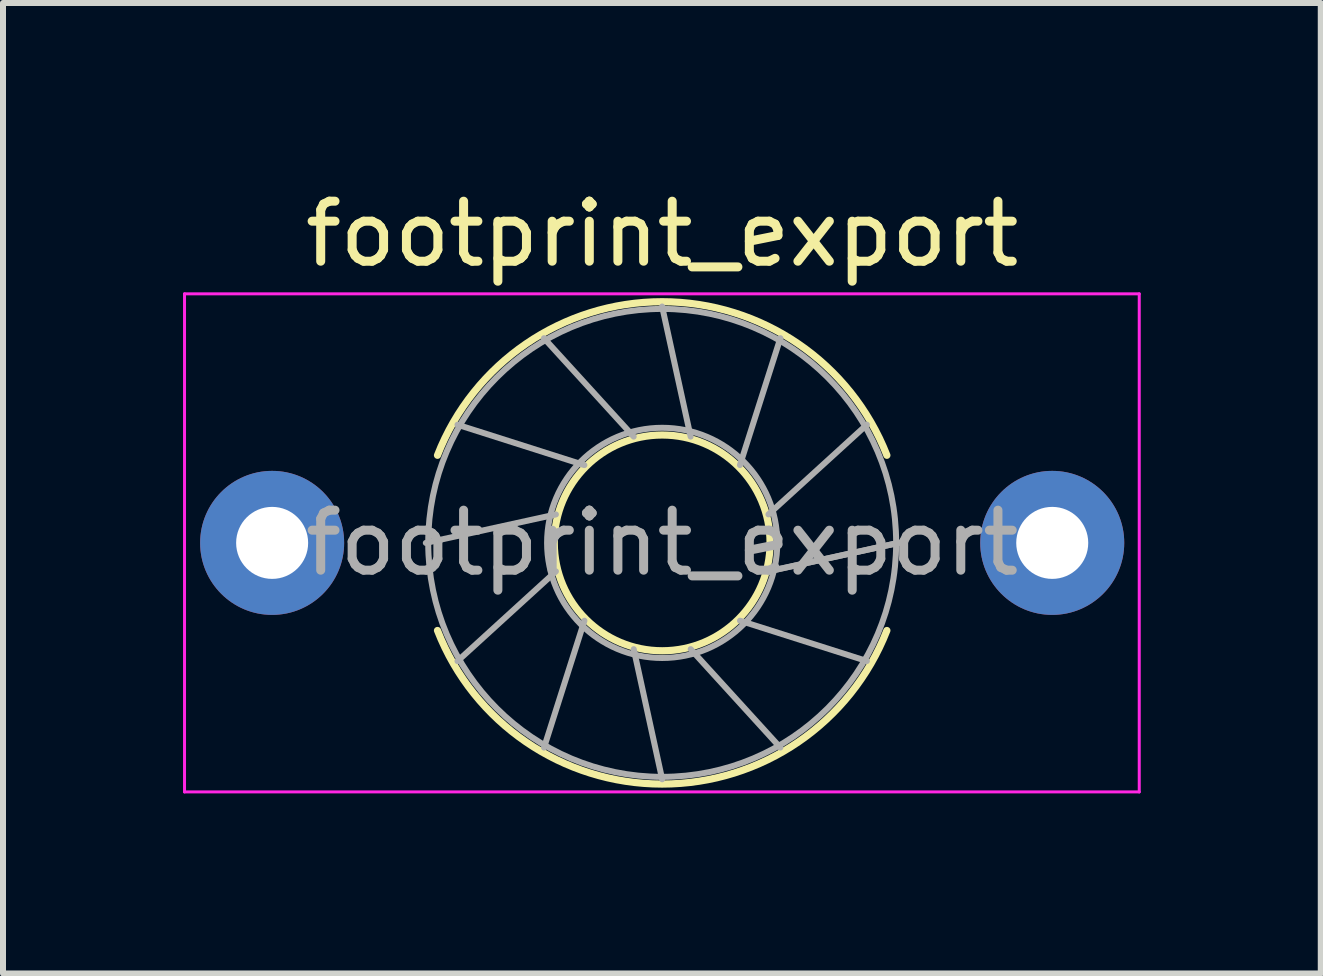
<source format=kicad_pcb>
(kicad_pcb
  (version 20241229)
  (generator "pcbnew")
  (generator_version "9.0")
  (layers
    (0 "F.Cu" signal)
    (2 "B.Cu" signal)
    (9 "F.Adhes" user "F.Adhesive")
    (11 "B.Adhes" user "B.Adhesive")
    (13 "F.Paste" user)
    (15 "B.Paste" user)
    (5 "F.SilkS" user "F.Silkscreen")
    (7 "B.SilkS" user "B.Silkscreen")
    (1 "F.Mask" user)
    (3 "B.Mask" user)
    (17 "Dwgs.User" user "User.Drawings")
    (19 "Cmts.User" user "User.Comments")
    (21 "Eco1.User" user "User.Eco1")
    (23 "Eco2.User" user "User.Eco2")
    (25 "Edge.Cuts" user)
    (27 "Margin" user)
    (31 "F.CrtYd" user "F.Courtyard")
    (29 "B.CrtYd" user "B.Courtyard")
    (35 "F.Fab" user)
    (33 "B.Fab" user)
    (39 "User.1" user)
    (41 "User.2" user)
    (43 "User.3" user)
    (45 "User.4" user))
  (footprint "footprint_export"
    (layer "F.Cu")
    (at 1.485 5.997)
    (property "Reference" "footprint_export" (at 6.5 -5.149 0) (layer "F.SilkS") (effects (font (size 1 1) (thickness 0.15))))
    (attr through_hole)
    (fp_arc (start 2.755677 -1.46) (mid 6.5 -4.0189) (end 10.244323 -1.46) (stroke (width 0.12) (type solid)) (layer "F.SilkS"))
    (fp_arc (start 10.244323 1.46) (mid 6.5 4.0189) (end 2.755677 1.46) (stroke (width 0.12) (type solid)) (layer "F.SilkS"))
    (fp_circle (center 6.5 0) (end 8.298 0) (stroke (width 0.12) (type solid)) (fill no) (layer "F.SilkS"))
    (fp_line (start -1.46 -4.15) (end -1.46 4.15) (stroke (width 0.05) (type solid)) (layer "F.CrtYd"))
    (fp_line (start -1.46 4.15) (end 14.45 4.15) (stroke (width 0.05) (type solid)) (layer "F.CrtYd"))
    (fp_line (start 14.45 -4.15) (end -1.46 -4.15) (stroke (width 0.05) (type solid)) (layer "F.CrtYd"))
    (fp_line (start 14.45 4.15) (end 14.45 -4.15) (stroke (width 0.05) (type solid)) (layer "F.CrtYd"))
    (fp_line (start 2.561 0.000365) (end 4.729 -0.474) (stroke (width 0.1) (type solid)) (layer "F.Fab"))
    (fp_line (start 3.089 -1.969) (end 5.203 -1.296) (stroke (width 0.1) (type solid)) (layer "F.Fab"))
    (fp_line (start 3.089 1.97) (end 4.729 0.475) (stroke (width 0.1) (type solid)) (layer "F.Fab"))
    (fp_line (start 4.53 -3.411) (end 6.025 -1.771) (stroke (width 0.1) (type solid)) (layer "F.Fab"))
    (fp_line (start 4.531 3.411) (end 5.204 1.297) (stroke (width 0.1) (type solid)) (layer "F.Fab"))
    (fp_line (start 6.499 -3.939) (end 6.974 -1.771) (stroke (width 0.1) (type solid)) (layer "F.Fab"))
    (fp_line (start 6.5 3.939) (end 6.026 1.771) (stroke (width 0.1) (type solid)) (layer "F.Fab"))
    (fp_line (start 8.469 -3.411) (end 7.796 -1.297) (stroke (width 0.1) (type solid)) (layer "F.Fab"))
    (fp_line (start 8.469 3.411) (end 6.975 1.771) (stroke (width 0.1) (type solid)) (layer "F.Fab"))
    (fp_line (start 9.911 -1.97) (end 8.271 -0.475) (stroke (width 0.1) (type solid)) (layer "F.Fab"))
    (fp_line (start 9.911 1.969) (end 7.797 1.297) (stroke (width 0.1) (type solid)) (layer "F.Fab"))
    (fp_line (start 10.439 -0.001) (end 8.271 0.474) (stroke (width 0.1) (type solid)) (layer "F.Fab"))
    (fp_line (start 10.439 0) (end 8.271 0.475) (stroke (width 0.1) (type solid)) (layer "F.Fab"))
    (fp_circle (center 6.5 0) (end 8.418 0) (stroke (width 0.1) (type solid)) (fill no) (layer "F.Fab"))
    (fp_circle (center 6.5 0) (end 10.399 0) (stroke (width 0.1) (type solid)) (fill no) (layer "F.Fab"))
    (fp_text user "${REFERENCE}" (at 6.5 0 0) (layer "F.Fab") (effects (font (size 1 1) (thickness 0.15))))
    (pad "1" thru_hole circle (at 0 0) (size 2.4 2.4) (drill 1.2) (layers "*.Cu" "*.Mask"))
    (pad "2" thru_hole circle (at 13 0) (size 2.4 2.4) (drill 1.2) (layers "*.Cu" "*.Mask")))
  (gr_rect
    (start -3 -3)
    (end 18.96 13.172)
    (stroke (width 0.1) (type default))
    (fill no)
    (layer "Edge.Cuts")))
</source>
